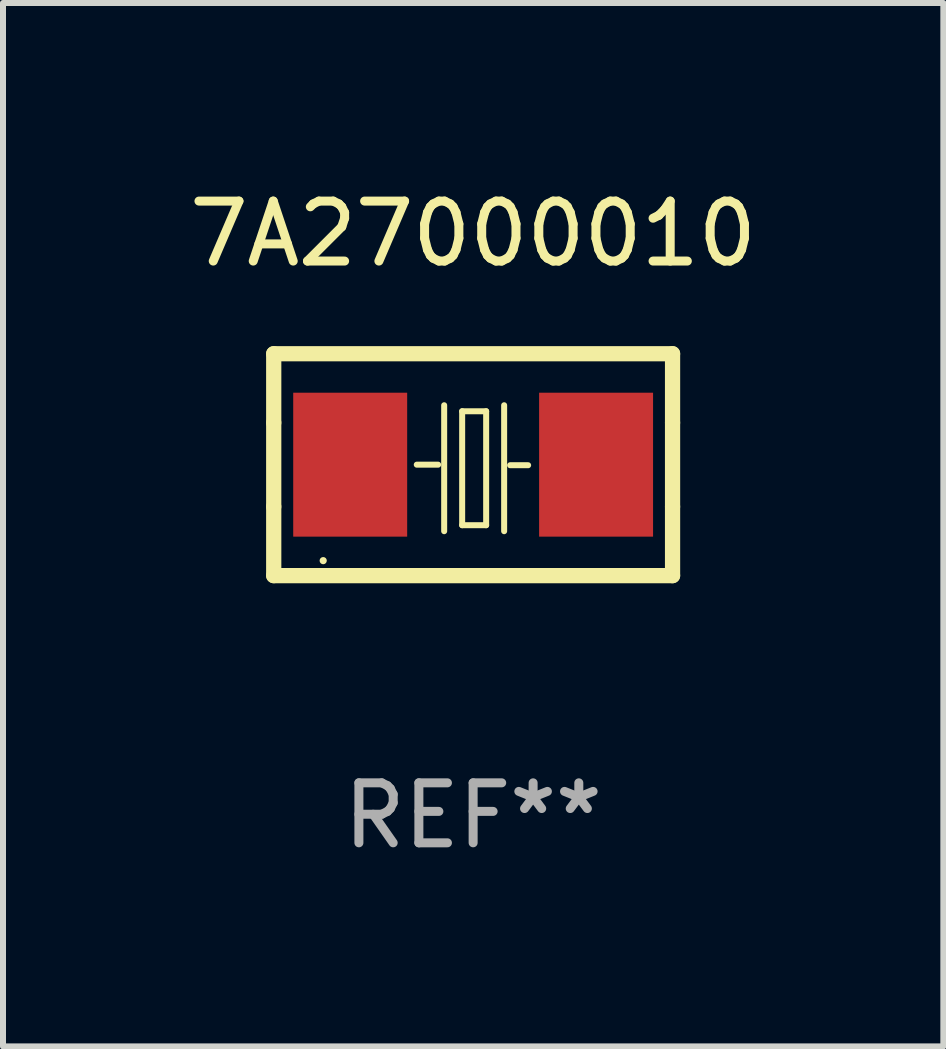
<source format=kicad_pcb>
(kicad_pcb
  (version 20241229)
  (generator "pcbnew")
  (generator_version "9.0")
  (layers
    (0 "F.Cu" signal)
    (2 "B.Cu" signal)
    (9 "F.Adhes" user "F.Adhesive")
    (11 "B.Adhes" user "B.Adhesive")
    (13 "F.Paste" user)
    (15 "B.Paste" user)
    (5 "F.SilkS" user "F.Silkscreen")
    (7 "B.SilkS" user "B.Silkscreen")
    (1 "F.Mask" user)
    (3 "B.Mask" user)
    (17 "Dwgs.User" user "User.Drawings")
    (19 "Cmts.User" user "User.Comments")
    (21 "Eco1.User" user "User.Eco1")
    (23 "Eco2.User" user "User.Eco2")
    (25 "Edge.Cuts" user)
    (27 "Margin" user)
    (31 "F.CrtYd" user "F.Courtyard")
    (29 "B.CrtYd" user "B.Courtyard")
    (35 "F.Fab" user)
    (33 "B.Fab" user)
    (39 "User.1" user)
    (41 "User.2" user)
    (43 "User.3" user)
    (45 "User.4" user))
  (footprint "7A27000010"
    (layer "F.Cu")
    (at 4.839 4.698)
    (property "Reference" "7A27000010" (at 0 -3.85 0) (layer "F.SilkS") (effects (font (size 1 1) (thickness 0.15))))
    (attr through_hole)
    (fp_line (start -3.325 0.7) (end -3.325 -0.7) (stroke (width 0.254) (type solid)) (layer "F.SilkS"))
    (fp_line (start -3.325 -1.85) (end 3.325 -1.85) (stroke (width 0.254) (type solid)) (layer "F.SilkS"))
    (fp_line (start -3.325 -0.7) (end -3.325 -1.85) (stroke (width 0.254) (type solid)) (layer "F.SilkS"))
    (fp_line (start -3.325 1.85) (end -3.325 0.7) (stroke (width 0.254) (type solid)) (layer "F.SilkS"))
    (fp_line (start -0.94 -0.000127) (end -0.584 -0.000127) (stroke (width 0.1) (type solid)) (layer "F.SilkS"))
    (fp_line (start -0.483 -0.991) (end -0.483 1.109) (stroke (width 0.1) (type solid)) (layer "F.SilkS"))
    (fp_line (start -0.183 -0.891) (end -0.183 1.009) (stroke (width 0.1) (type solid)) (layer "F.SilkS"))
    (fp_line (start -0.183 1.009) (end 0.217 1.009) (stroke (width 0.1) (type solid)) (layer "F.SilkS"))
    (fp_line (start 0.217 -0.891) (end -0.183 -0.891) (stroke (width 0.1) (type solid)) (layer "F.SilkS"))
    (fp_line (start 0.217 1.009) (end 0.217 -0.891) (stroke (width 0.1) (type solid)) (layer "F.SilkS"))
    (fp_line (start 0.517 -0.991) (end 0.517 1.109) (stroke (width 0.1) (type solid)) (layer "F.SilkS"))
    (fp_line (start 0.617 0.009) (end 0.917 0.009) (stroke (width 0.1) (type solid)) (layer "F.SilkS"))
    (fp_line (start 3.325 -1.85) (end 3.325 -0.7) (stroke (width 0.254) (type solid)) (layer "F.SilkS"))
    (fp_line (start 3.325 0.7) (end 3.325 1.85) (stroke (width 0.254) (type solid)) (layer "F.SilkS"))
    (fp_line (start 3.325 1.85) (end -3.325 1.85) (stroke (width 0.254) (type solid)) (layer "F.SilkS"))
    (fp_line (start 3.325 -0.7) (end 3.325 0.7) (stroke (width 0.254) (type solid)) (layer "F.SilkS"))
    (fp_circle (center -2.5 1.6) (end -2.47 1.6) (stroke (width 0.06) (type solid)) (fill no) (layer "F.SilkS"))
    (fp_text user "REF**" (at 0 5.85 0) (layer "F.Fab") (effects (font (size 1 1) (thickness 0.15))))
    (pad "1" smd rect (at -2.05 -0.000127) (size 1.9 2.4) (layers "F.Cu" "F.Mask" "F.Paste"))
    (pad "2" smd rect (at 2.05 -0.000127) (size 1.9 2.4) (layers "F.Cu" "F.Mask" "F.Paste")))
  (gr_rect
    (start -3 -3)
    (end 12.679 14.397)
    (stroke (width 0.1) (type default))
    (fill no)
    (layer "Edge.Cuts")))
</source>
